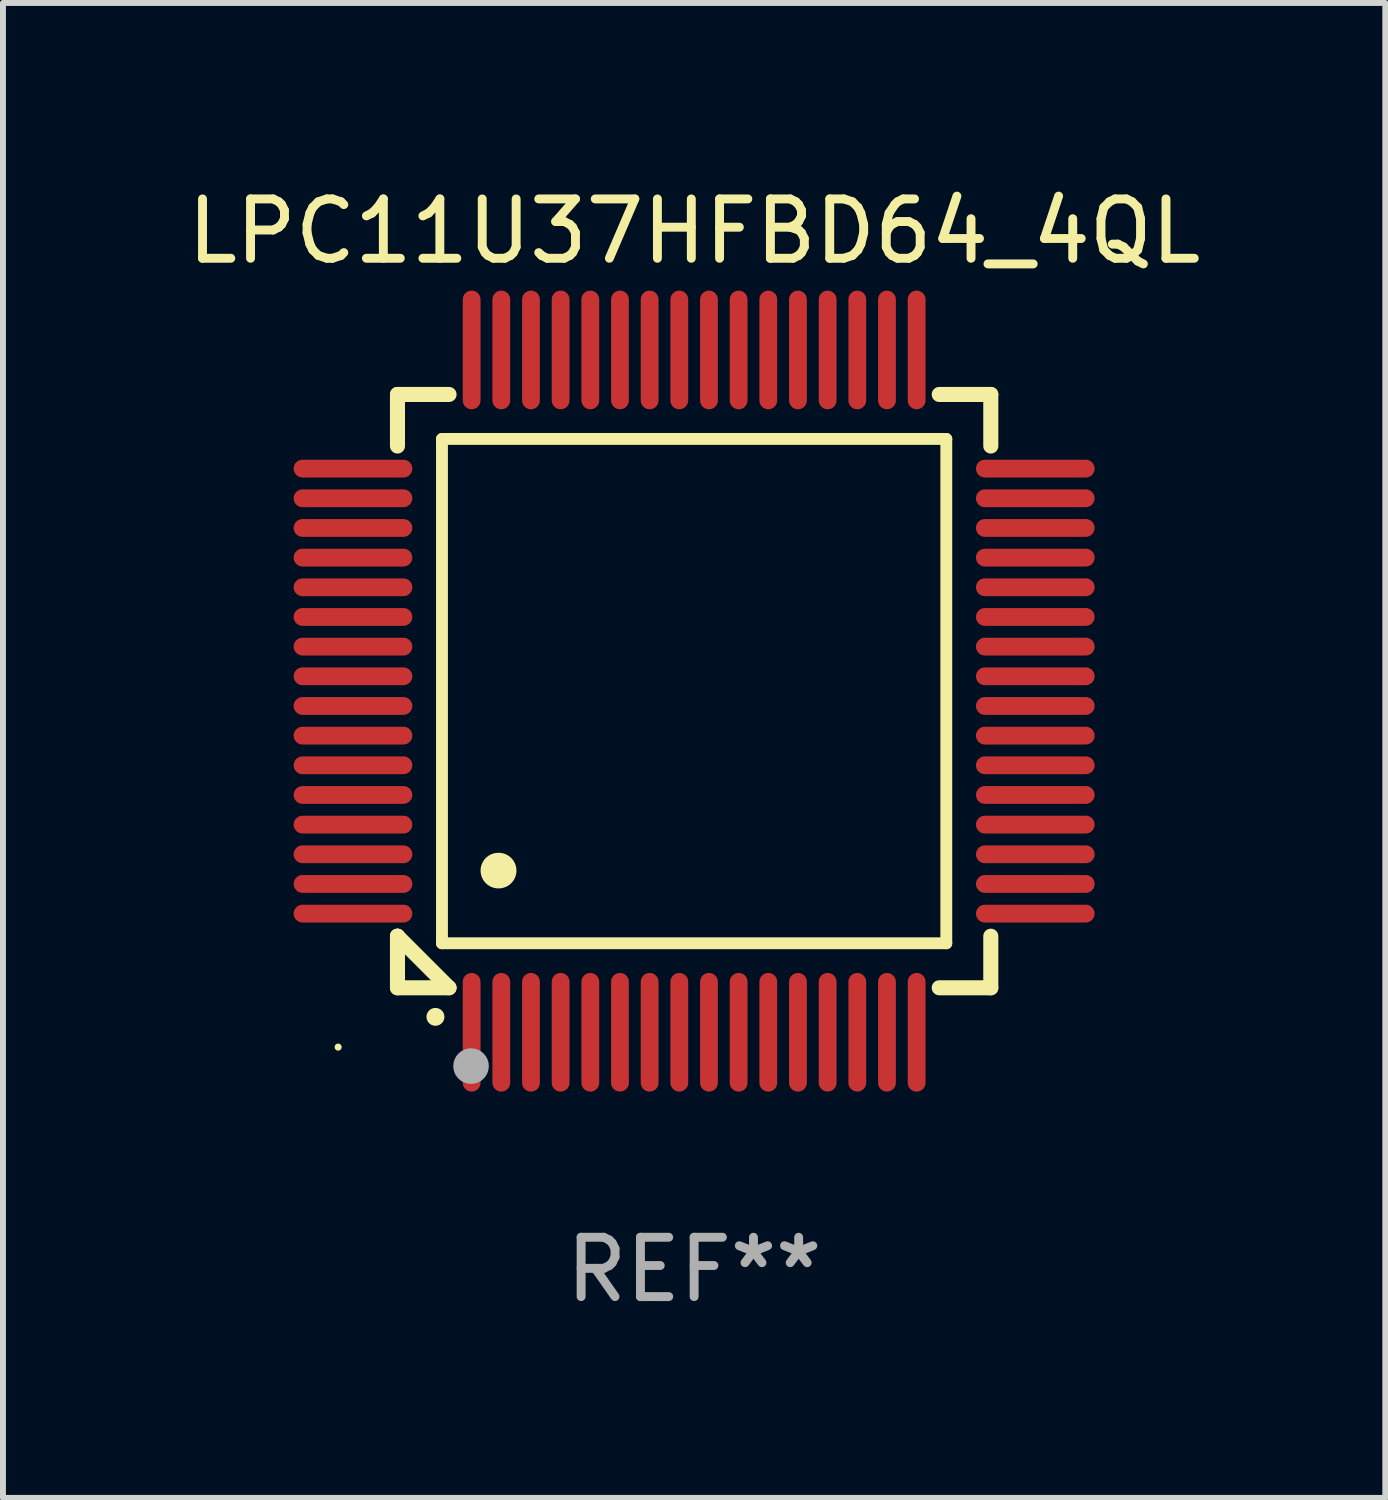
<source format=kicad_pcb>
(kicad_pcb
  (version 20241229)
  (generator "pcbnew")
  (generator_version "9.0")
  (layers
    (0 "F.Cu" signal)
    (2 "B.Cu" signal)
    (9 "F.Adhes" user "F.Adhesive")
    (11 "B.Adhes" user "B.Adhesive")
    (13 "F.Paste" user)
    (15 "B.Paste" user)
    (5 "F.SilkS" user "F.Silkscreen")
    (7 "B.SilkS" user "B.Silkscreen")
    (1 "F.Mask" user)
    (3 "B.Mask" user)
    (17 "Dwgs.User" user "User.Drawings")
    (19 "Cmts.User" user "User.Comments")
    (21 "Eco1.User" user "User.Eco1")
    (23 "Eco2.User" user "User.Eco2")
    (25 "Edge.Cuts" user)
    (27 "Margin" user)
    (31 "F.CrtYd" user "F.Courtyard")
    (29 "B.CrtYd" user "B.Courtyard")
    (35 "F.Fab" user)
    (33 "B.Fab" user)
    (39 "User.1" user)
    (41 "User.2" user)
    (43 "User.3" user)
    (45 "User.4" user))
  (footprint "LPC11U37HFBD64_4QL"
    (layer "F.Cu")
    (at 8.649 8.598)
    (property "Reference" "LPC11U37HFBD64_4QL" (at 0 -7.75 0) (layer "F.SilkS") (effects (font (size 1 1) (thickness 0.15))))
    (attr through_hole)
    (fp_line (start -5 -5) (end -4.131 -5) (stroke (width 0.254) (type solid)) (layer "F.SilkS"))
    (fp_line (start -5 -4.131) (end -5 -5) (stroke (width 0.254) (type solid)) (layer "F.SilkS"))
    (fp_line (start -5 4.131) (end -5 4.131) (stroke (width 0.254) (type solid)) (layer "F.SilkS"))
    (fp_line (start -5 5) (end -5 4.131) (stroke (width 0.254) (type solid)) (layer "F.SilkS"))
    (fp_line (start -5 4.131) (end -4.131 5) (stroke (width 0.254) (type solid)) (layer "F.SilkS"))
    (fp_line (start -4.25 -4.25) (end -4.25 4.25) (stroke (width 0.2) (type solid)) (layer "F.SilkS"))
    (fp_line (start -4.25 4.25) (end 4.25 4.25) (stroke (width 0.2) (type solid)) (layer "F.SilkS"))
    (fp_line (start -4.131 5) (end -5 5) (stroke (width 0.254) (type solid)) (layer "F.SilkS"))
    (fp_line (start 4.25 -4.25) (end -4.25 -4.25) (stroke (width 0.2) (type solid)) (layer "F.SilkS"))
    (fp_line (start 4.25 4.25) (end 4.25 -4.25) (stroke (width 0.2) (type solid)) (layer "F.SilkS"))
    (fp_line (start 5 -5) (end 4.131 -5) (stroke (width 0.254) (type solid)) (layer "F.SilkS"))
    (fp_line (start 5 -5) (end 5 -4.131) (stroke (width 0.254) (type solid)) (layer "F.SilkS"))
    (fp_line (start 5 4.131) (end 5 5) (stroke (width 0.254) (type solid)) (layer "F.SilkS"))
    (fp_line (start 5 5) (end 4.131 5) (stroke (width 0.254) (type solid)) (layer "F.SilkS"))
    (fp_arc (start -4.361265 5.489992) (mid -4.359995 5.489987) (end -4.358725 5.489992) (stroke (width 0.3) (type solid)) (layer "F.SilkS"))
    (fp_arc (start -3.299467 3.025146) (mid -3.296927 3.025135) (end -3.294387 3.025146) (stroke (width 0.6) (type solid)) (layer "F.SilkS"))
    (fp_circle (center -6 6) (end -5.97 6) (stroke (width 0.06) (type solid)) (fill no) (layer "F.SilkS"))
    (fp_circle (center -3.76 6.32) (end -3.61 6.32) (stroke (width 0.3) (type solid)) (fill no) (layer "F.Fab"))
    (fp_text user "REF**" (at 0 9.75 0) (layer "F.Fab") (effects (font (size 1 1) (thickness 0.15))))
    (pad "1" smd oval (at -3.75 5.75) (size 0.3 2) (layers "F.Cu" "F.Mask" "F.Paste"))
    (pad "2" smd oval (at -3.25 5.75) (size 0.3 2) (layers "F.Cu" "F.Mask" "F.Paste"))
    (pad "3" smd oval (at -2.75 5.75) (size 0.3 2) (layers "F.Cu" "F.Mask" "F.Paste"))
    (pad "4" smd oval (at -2.25 5.75) (size 0.3 2) (layers "F.Cu" "F.Mask" "F.Paste"))
    (pad "5" smd oval (at -1.75 5.75) (size 0.3 2) (layers "F.Cu" "F.Mask" "F.Paste"))
    (pad "6" smd oval (at -1.25 5.75) (size 0.3 2) (layers "F.Cu" "F.Mask" "F.Paste"))
    (pad "7" smd oval (at -0.75 5.75) (size 0.3 2) (layers "F.Cu" "F.Mask" "F.Paste"))
    (pad "8" smd oval (at -0.25 5.75) (size 0.3 2) (layers "F.Cu" "F.Mask" "F.Paste"))
    (pad "9" smd oval (at 0.25 5.75) (size 0.3 2) (layers "F.Cu" "F.Mask" "F.Paste"))
    (pad "10" smd oval (at 0.75 5.75) (size 0.3 2) (layers "F.Cu" "F.Mask" "F.Paste"))
    (pad "11" smd oval (at 1.25 5.75) (size 0.3 2) (layers "F.Cu" "F.Mask" "F.Paste"))
    (pad "12" smd oval (at 1.75 5.75) (size 0.3 2) (layers "F.Cu" "F.Mask" "F.Paste"))
    (pad "13" smd oval (at 2.25 5.75) (size 0.3 2) (layers "F.Cu" "F.Mask" "F.Paste"))
    (pad "14" smd oval (at 2.75 5.75) (size 0.3 2) (layers "F.Cu" "F.Mask" "F.Paste"))
    (pad "15" smd oval (at 3.25 5.75) (size 0.3 2) (layers "F.Cu" "F.Mask" "F.Paste"))
    (pad "16" smd oval (at 3.75 5.75) (size 0.3 2) (layers "F.Cu" "F.Mask" "F.Paste"))
    (pad "17" smd oval (at 5.75 3.75) (size 2 0.3) (layers "F.Cu" "F.Mask" "F.Paste"))
    (pad "18" smd oval (at 5.75 3.25) (size 2 0.3) (layers "F.Cu" "F.Mask" "F.Paste"))
    (pad "19" smd oval (at 5.75 2.75) (size 2 0.3) (layers "F.Cu" "F.Mask" "F.Paste"))
    (pad "20" smd oval (at 5.75 2.25) (size 2 0.3) (layers "F.Cu" "F.Mask" "F.Paste"))
    (pad "21" smd oval (at 5.75 1.75) (size 2 0.3) (layers "F.Cu" "F.Mask" "F.Paste"))
    (pad "22" smd oval (at 5.75 1.25) (size 2 0.3) (layers "F.Cu" "F.Mask" "F.Paste"))
    (pad "23" smd oval (at 5.75 0.75) (size 2 0.3) (layers "F.Cu" "F.Mask" "F.Paste"))
    (pad "24" smd oval (at 5.75 0.25) (size 2 0.3) (layers "F.Cu" "F.Mask" "F.Paste"))
    (pad "25" smd oval (at 5.75 -0.25) (size 2 0.3) (layers "F.Cu" "F.Mask" "F.Paste"))
    (pad "26" smd oval (at 5.75 -0.75) (size 2 0.3) (layers "F.Cu" "F.Mask" "F.Paste"))
    (pad "27" smd oval (at 5.75 -1.25) (size 2 0.3) (layers "F.Cu" "F.Mask" "F.Paste"))
    (pad "28" smd oval (at 5.75 -1.75) (size 2 0.3) (layers "F.Cu" "F.Mask" "F.Paste"))
    (pad "29" smd oval (at 5.75 -2.25) (size 2 0.3) (layers "F.Cu" "F.Mask" "F.Paste"))
    (pad "30" smd oval (at 5.75 -2.75) (size 2 0.3) (layers "F.Cu" "F.Mask" "F.Paste"))
    (pad "31" smd oval (at 5.75 -3.25) (size 2 0.3) (layers "F.Cu" "F.Mask" "F.Paste"))
    (pad "32" smd oval (at 5.75 -3.75) (size 2 0.3) (layers "F.Cu" "F.Mask" "F.Paste"))
    (pad "33" smd oval (at 3.75 -5.75) (size 0.3 2) (layers "F.Cu" "F.Mask" "F.Paste"))
    (pad "34" smd oval (at 3.25 -5.75) (size 0.3 2) (layers "F.Cu" "F.Mask" "F.Paste"))
    (pad "35" smd oval (at 2.75 -5.75) (size 0.3 2) (layers "F.Cu" "F.Mask" "F.Paste"))
    (pad "36" smd oval (at 2.25 -5.75) (size 0.3 2) (layers "F.Cu" "F.Mask" "F.Paste"))
    (pad "37" smd oval (at 1.75 -5.75) (size 0.3 2) (layers "F.Cu" "F.Mask" "F.Paste"))
    (pad "38" smd oval (at 1.25 -5.75) (size 0.3 2) (layers "F.Cu" "F.Mask" "F.Paste"))
    (pad "39" smd oval (at 0.75 -5.75) (size 0.3 2) (layers "F.Cu" "F.Mask" "F.Paste"))
    (pad "40" smd oval (at 0.25 -5.75) (size 0.3 2) (layers "F.Cu" "F.Mask" "F.Paste"))
    (pad "41" smd oval (at -0.25 -5.75) (size 0.3 2) (layers "F.Cu" "F.Mask" "F.Paste"))
    (pad "42" smd oval (at -0.75 -5.75) (size 0.3 2) (layers "F.Cu" "F.Mask" "F.Paste"))
    (pad "43" smd oval (at -1.25 -5.75) (size 0.3 2) (layers "F.Cu" "F.Mask" "F.Paste"))
    (pad "44" smd oval (at -1.75 -5.75) (size 0.3 2) (layers "F.Cu" "F.Mask" "F.Paste"))
    (pad "45" smd oval (at -2.25 -5.75) (size 0.3 2) (layers "F.Cu" "F.Mask" "F.Paste"))
    (pad "46" smd oval (at -2.75 -5.75) (size 0.3 2) (layers "F.Cu" "F.Mask" "F.Paste"))
    (pad "47" smd oval (at -3.25 -5.75) (size 0.3 2) (layers "F.Cu" "F.Mask" "F.Paste"))
    (pad "48" smd oval (at -3.75 -5.75) (size 0.3 2) (layers "F.Cu" "F.Mask" "F.Paste"))
    (pad "49" smd oval (at -5.75 -3.75) (size 2 0.3) (layers "F.Cu" "F.Mask" "F.Paste"))
    (pad "50" smd oval (at -5.75 -3.25) (size 2 0.3) (layers "F.Cu" "F.Mask" "F.Paste"))
    (pad "51" smd oval (at -5.75 -2.75) (size 2 0.3) (layers "F.Cu" "F.Mask" "F.Paste"))
    (pad "52" smd oval (at -5.75 -2.25) (size 2 0.3) (layers "F.Cu" "F.Mask" "F.Paste"))
    (pad "53" smd oval (at -5.75 -1.75) (size 2 0.3) (layers "F.Cu" "F.Mask" "F.Paste"))
    (pad "54" smd oval (at -5.75 -1.25) (size 2 0.3) (layers "F.Cu" "F.Mask" "F.Paste"))
    (pad "55" smd oval (at -5.75 -0.75) (size 2 0.3) (layers "F.Cu" "F.Mask" "F.Paste"))
    (pad "56" smd oval (at -5.75 -0.25) (size 2 0.3) (layers "F.Cu" "F.Mask" "F.Paste"))
    (pad "57" smd oval (at -5.75 0.25) (size 2 0.3) (layers "F.Cu" "F.Mask" "F.Paste"))
    (pad "58" smd oval (at -5.75 0.75) (size 2 0.3) (layers "F.Cu" "F.Mask" "F.Paste"))
    (pad "59" smd oval (at -5.75 1.25) (size 2 0.3) (layers "F.Cu" "F.Mask" "F.Paste"))
    (pad "60" smd oval (at -5.75 1.75) (size 2 0.3) (layers "F.Cu" "F.Mask" "F.Paste"))
    (pad "61" smd oval (at -5.75 2.25) (size 2 0.3) (layers "F.Cu" "F.Mask" "F.Paste"))
    (pad "62" smd oval (at -5.75 2.75) (size 2 0.3) (layers "F.Cu" "F.Mask" "F.Paste"))
    (pad "63" smd oval (at -5.75 3.25) (size 2 0.3) (layers "F.Cu" "F.Mask" "F.Paste"))
    (pad "64" smd oval (at -5.75 3.75) (size 2 0.3) (layers "F.Cu" "F.Mask" "F.Paste")))
  (gr_rect
    (start -3 -3)
    (end 20.298 22.196)
    (stroke (width 0.1) (type default))
    (fill no)
    (layer "Edge.Cuts")))
</source>
